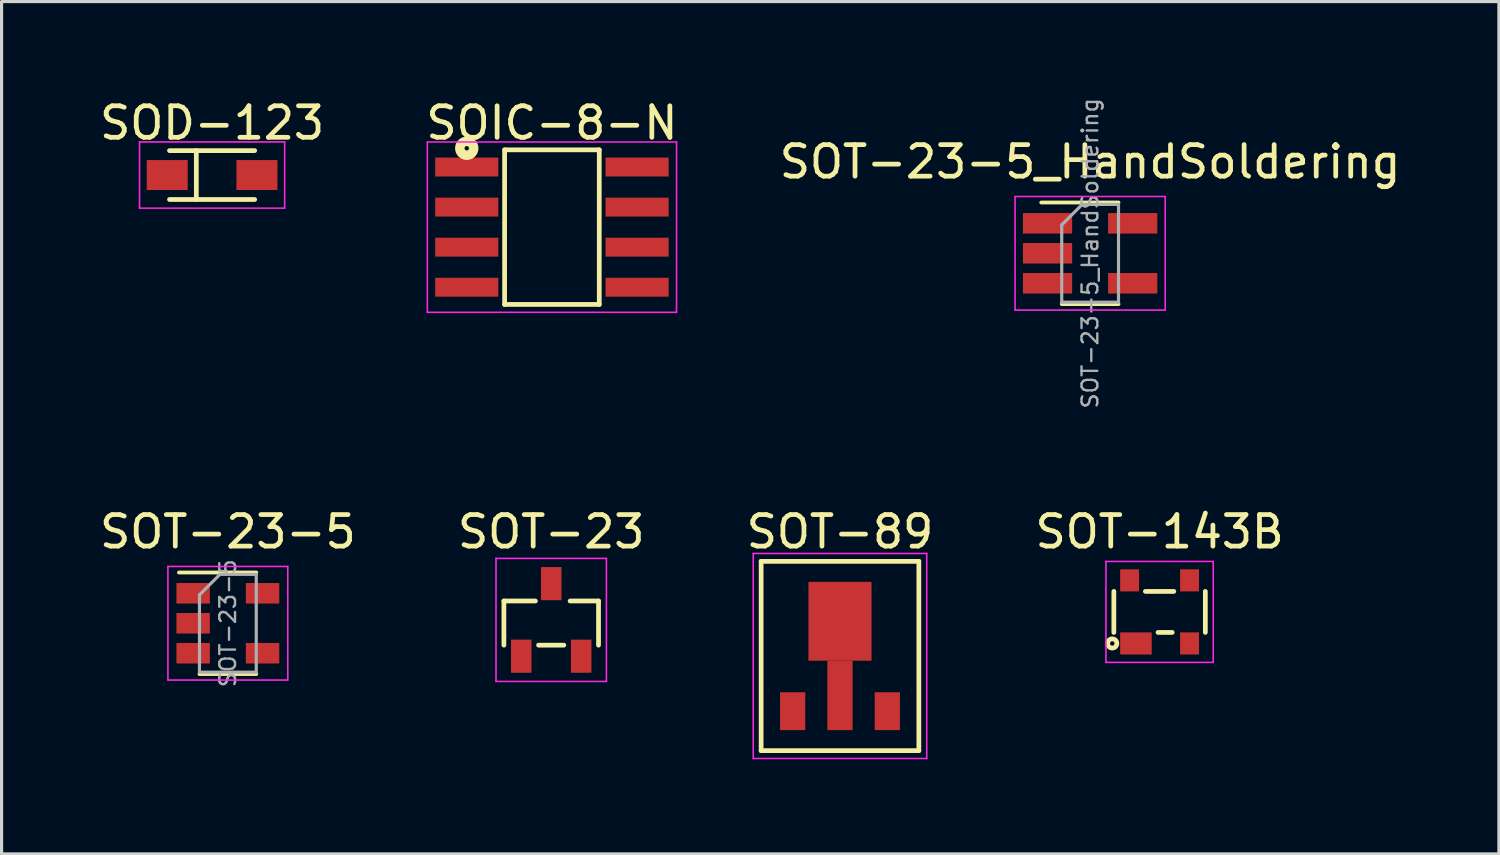
<source format=kicad_pcb>
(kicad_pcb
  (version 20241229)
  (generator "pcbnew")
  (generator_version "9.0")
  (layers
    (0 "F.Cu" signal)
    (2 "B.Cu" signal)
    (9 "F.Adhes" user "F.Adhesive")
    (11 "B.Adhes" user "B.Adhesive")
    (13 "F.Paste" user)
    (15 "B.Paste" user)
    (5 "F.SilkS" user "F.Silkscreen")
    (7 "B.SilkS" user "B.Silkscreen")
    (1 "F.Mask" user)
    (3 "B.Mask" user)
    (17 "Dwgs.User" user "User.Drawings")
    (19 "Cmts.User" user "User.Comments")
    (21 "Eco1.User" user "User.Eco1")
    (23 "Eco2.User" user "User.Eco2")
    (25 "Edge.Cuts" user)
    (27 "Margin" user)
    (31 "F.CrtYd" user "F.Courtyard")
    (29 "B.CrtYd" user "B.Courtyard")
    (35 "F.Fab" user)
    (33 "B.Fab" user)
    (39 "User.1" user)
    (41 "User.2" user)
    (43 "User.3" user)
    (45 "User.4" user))
  (footprint "SOD-123"
    (layer "F.Cu")
    (at 3.673 2.499)
    (property "Reference" "SOD-123" (at 0 -1.651 0) (layer "F.SilkS") (effects (font (size 1 1) (thickness 0.15))))
    (attr smd)
    (fp_line (start -1.35 -0.775) (end 1.35 -0.775) (stroke (width 0.15) (type solid)) (layer "F.SilkS"))
    (fp_line (start -1.35 0.775) (end 1.35 0.775) (stroke (width 0.15) (type solid)) (layer "F.SilkS"))
    (fp_line (start -0.5 -0.775) (end -0.5 0.775) (stroke (width 0.15) (type solid)) (layer "F.SilkS"))
    (fp_line (start -2.3 -1.05) (end -2.3 1.05) (stroke (width 0.05) (type solid)) (layer "F.CrtYd"))
    (fp_line (start -2.3 1.05) (end 2.3 1.05) (stroke (width 0.05) (type solid)) (layer "F.CrtYd"))
    (fp_line (start 2.3 -1.05) (end -2.3 -1.05) (stroke (width 0.05) (type solid)) (layer "F.CrtYd"))
    (fp_line (start 2.3 1.05) (end 2.3 -1.05) (stroke (width 0.05) (type solid)) (layer "F.CrtYd"))
    (pad "1" smd rect (at -1.422 0) (size 1.3 0.95) (layers "F.Cu" "F.Mask" "F.Paste"))
    (pad "2" smd rect (at 1.422 0) (size 1.3 0.95) (layers "F.Cu" "F.Mask" "F.Paste")))
  (footprint "SOT-23"
    (layer "F.Cu")
    (at 14.423 16.601)
    (property "Reference" "SOT-23" (at 0 -2.794 0) (layer "F.SilkS") (effects (font (size 1 1) (thickness 0.15))))
    (attr smd)
    (fp_line (start -1.5 -0.6) (end -0.5 -0.6) (stroke (width 0.15) (type solid)) (layer "F.SilkS"))
    (fp_line (start -1.5 0.8) (end -1.5 -0.6) (stroke (width 0.15) (type solid)) (layer "F.SilkS"))
    (fp_line (start -0.4 0.8) (end 0.4 0.8) (stroke (width 0.15) (type solid)) (layer "F.SilkS"))
    (fp_line (start 0.6 -0.6) (end 1.5 -0.6) (stroke (width 0.15) (type solid)) (layer "F.SilkS"))
    (fp_line (start 1.5 0.8) (end 1.5 -0.6) (stroke (width 0.15) (type solid)) (layer "F.SilkS"))
    (fp_line (start -1.75 -1.95) (end -1.75 1.95) (stroke (width 0.05) (type solid)) (layer "F.CrtYd"))
    (fp_line (start -1.75 1.95) (end 1.75 1.95) (stroke (width 0.05) (type solid)) (layer "F.CrtYd"))
    (fp_line (start 1.75 -1.95) (end -1.75 -1.95) (stroke (width 0.05) (type solid)) (layer "F.CrtYd"))
    (fp_line (start 1.75 1.95) (end 1.75 -1.95) (stroke (width 0.05) (type solid)) (layer "F.CrtYd"))
    (pad "1" smd rect (at -0.95 1.15) (size 0.65 1.05) (layers "F.Cu" "F.Mask" "F.Paste"))
    (pad "2" smd rect (at 0.95 1.15) (size 0.65 1.05) (layers "F.Cu" "F.Mask" "F.Paste"))
    (pad "3" smd rect (at 0 -1.15) (size 0.65 1.05) (layers "F.Cu" "F.Mask" "F.Paste")))
  (footprint "SOT-89"
    (layer "F.Cu")
    (at 23.577 17.744)
    (property "Reference" "SOT-89" (at 0 -3.937 0) (layer "F.SilkS") (effects (font (size 1 1) (thickness 0.15))))
    (attr smd)
    (fp_line (start -2.5 -3) (end -2.5 3) (stroke (width 0.15) (type solid)) (layer "F.SilkS"))
    (fp_line (start -2.5 -3) (end 2.5 -3) (stroke (width 0.15) (type solid)) (layer "F.SilkS"))
    (fp_line (start 2.5 -3) (end 2.5 3) (stroke (width 0.15) (type solid)) (layer "F.SilkS"))
    (fp_line (start 2.5 3) (end -2.5 3) (stroke (width 0.15) (type solid)) (layer "F.SilkS"))
    (fp_line (start -2.75 -3.25) (end -2.75 3.25) (stroke (width 0.05) (type solid)) (layer "F.CrtYd"))
    (fp_line (start -2.75 3.25) (end 2.75 3.25) (stroke (width 0.05) (type solid)) (layer "F.CrtYd"))
    (fp_line (start 2.75 -3.25) (end -2.75 -3.25) (stroke (width 0.05) (type solid)) (layer "F.CrtYd"))
    (fp_line (start 2.75 3.25) (end 2.75 -3.25) (stroke (width 0.05) (type solid)) (layer "F.CrtYd"))
    (pad "1" smd rect (at -1.5 1.75) (size 0.8 1.2) (layers "F.Cu" "F.Mask" "F.Paste"))
    (pad "2" smd rect (at 0 0) (size 2 2.5) (drill (offset 0 -1.1)) (layers "F.Cu" "F.Mask" "F.Paste"))
    (pad "2" smd rect (at 0 1.1) (size 0.8 2.2) (drill (offset 0 0.15)) (layers "F.Cu" "F.Mask" "F.Paste"))
    (pad "3" smd rect (at 1.5 1.75) (size 0.8 1.2) (layers "F.Cu" "F.Mask" "F.Paste")))
  (footprint "SOT-23-5_HandSoldering"
    (layer "F.Cu")
    (at 31.506 4.979)
    (property "Reference" "SOT-23-5_HandSoldering" (at 0 -2.9 0) (layer "F.SilkS") (effects (font (size 1 1) (thickness 0.15))))
    (attr smd)
    (fp_line (start -0.9 1.61) (end 0.9 1.61) (stroke (width 0.12) (type solid)) (layer "F.SilkS"))
    (fp_line (start 0.9 -1.61) (end -1.55 -1.61) (stroke (width 0.12) (type solid)) (layer "F.SilkS"))
    (fp_line (start -2.38 -1.8) (end -2.38 1.8) (stroke (width 0.05) (type solid)) (layer "F.CrtYd"))
    (fp_line (start -2.38 -1.8) (end 2.38 -1.8) (stroke (width 0.05) (type solid)) (layer "F.CrtYd"))
    (fp_line (start 2.38 1.8) (end -2.38 1.8) (stroke (width 0.05) (type solid)) (layer "F.CrtYd"))
    (fp_line (start 2.38 1.8) (end 2.38 -1.8) (stroke (width 0.05) (type solid)) (layer "F.CrtYd"))
    (fp_line (start -0.9 -0.9) (end -0.9 1.55) (stroke (width 0.1) (type solid)) (layer "F.Fab"))
    (fp_line (start -0.9 -0.9) (end -0.25 -1.55) (stroke (width 0.1) (type solid)) (layer "F.Fab"))
    (fp_line (start 0.9 -1.55) (end -0.25 -1.55) (stroke (width 0.1) (type solid)) (layer "F.Fab"))
    (fp_line (start 0.9 -1.55) (end 0.9 1.55) (stroke (width 0.1) (type solid)) (layer "F.Fab"))
    (fp_line (start 0.9 1.55) (end -0.9 1.55) (stroke (width 0.1) (type solid)) (layer "F.Fab"))
    (fp_text user "${REFERENCE}" (at 0 0 90) (layer "F.Fab") (effects (font (size 0.5 0.5) (thickness 0.075))))
    (pad "1" smd rect (at -1.35 -0.95) (size 1.56 0.65) (layers "F.Cu" "F.Mask" "F.Paste"))
    (pad "2" smd rect (at -1.35 0) (size 1.56 0.65) (layers "F.Cu" "F.Mask" "F.Paste"))
    (pad "3" smd rect (at -1.35 0.95) (size 1.56 0.65) (layers "F.Cu" "F.Mask" "F.Paste"))
    (pad "4" smd rect (at 1.35 0.95) (size 1.56 0.65) (layers "F.Cu" "F.Mask" "F.Paste"))
    (pad "5" smd rect (at 1.35 -0.95) (size 1.56 0.65) (layers "F.Cu" "F.Mask" "F.Paste")))
  (footprint "SOIC-8-N"
    (layer "F.Cu")
    (at 14.446 4.15)
    (property "Reference" "SOIC-8-N" (at 0 -3.302 0) (layer "F.SilkS") (effects (font (size 1 1) (thickness 0.15))))
    (attr smd)
    (fp_line (start -1.5 -2.45) (end -1.5 2.45) (stroke (width 0.15) (type solid)) (layer "F.SilkS"))
    (fp_line (start -1.5 2.45) (end 1.5 2.45) (stroke (width 0.15) (type solid)) (layer "F.SilkS"))
    (fp_line (start 1.5 -2.45) (end -1.5 -2.45) (stroke (width 0.15) (type solid)) (layer "F.SilkS"))
    (fp_line (start 1.5 2.45) (end 1.5 -2.45) (stroke (width 0.15) (type solid)) (layer "F.SilkS"))
    (fp_circle (center -2.7 -2.5) (end -2.75 -2.55) (stroke (width 0.3) (type solid)) (fill no) (layer "F.SilkS"))
    (fp_line (start -3.95 -2.7) (end 3.95 -2.7) (stroke (width 0.05) (type solid)) (layer "F.CrtYd"))
    (fp_line (start -3.95 2.7) (end -3.95 -2.7) (stroke (width 0.05) (type solid)) (layer "F.CrtYd"))
    (fp_line (start 3.95 -2.7) (end 3.95 2.7) (stroke (width 0.05) (type solid)) (layer "F.CrtYd"))
    (fp_line (start 3.95 2.7) (end -3.95 2.7) (stroke (width 0.05) (type solid)) (layer "F.CrtYd"))
    (pad "1" smd rect (at -2.7 -1.905) (size 2 0.6) (layers "F.Cu" "F.Mask" "F.Paste"))
    (pad "2" smd rect (at -2.7 -0.635) (size 2 0.6) (layers "F.Cu" "F.Mask" "F.Paste"))
    (pad "3" smd rect (at -2.7 0.635) (size 2 0.6) (layers "F.Cu" "F.Mask" "F.Paste"))
    (pad "4" smd rect (at -2.7 1.905) (size 2 0.6) (layers "F.Cu" "F.Mask" "F.Paste"))
    (pad "5" smd rect (at 2.7 1.905) (size 2 0.6) (layers "F.Cu" "F.Mask" "F.Paste"))
    (pad "6" smd rect (at 2.7 0.635) (size 2 0.6) (layers "F.Cu" "F.Mask" "F.Paste"))
    (pad "7" smd rect (at 2.7 -0.635) (size 2 0.6) (layers "F.Cu" "F.Mask" "F.Paste"))
    (pad "8" smd rect (at 2.7 -1.905) (size 2 0.6) (layers "F.Cu" "F.Mask" "F.Paste")))
  (footprint "SOT-143B"
    (layer "F.Cu")
    (at 33.708 16.347)
    (property "Reference" "SOT-143B" (at 0 -2.54 0) (layer "F.SilkS") (effects (font (size 1 1) (thickness 0.15))))
    (attr through_hole)
    (fp_line (start -1.45 -0.65) (end -1.45 0.65) (stroke (width 0.15) (type solid)) (layer "F.SilkS"))
    (fp_line (start -0.45 -0.65) (end 0.45 -0.65) (stroke (width 0.15) (type solid)) (layer "F.SilkS"))
    (fp_line (start -0.05 0.65) (end 0.4 0.65) (stroke (width 0.15) (type solid)) (layer "F.SilkS"))
    (fp_line (start 1.45 -0.65) (end 1.45 0.65) (stroke (width 0.15) (type solid)) (layer "F.SilkS"))
    (fp_circle (center -1.5 1) (end -1.55 1.05) (stroke (width 0.15) (type solid)) (fill no) (layer "F.SilkS"))
    (fp_line (start -1.7 -1.6) (end -1.7 1.6) (stroke (width 0.05) (type solid)) (layer "F.CrtYd"))
    (fp_line (start -1.7 1.6) (end 1.7 1.6) (stroke (width 0.05) (type solid)) (layer "F.CrtYd"))
    (fp_line (start 1.7 -1.6) (end -1.7 -1.6) (stroke (width 0.05) (type solid)) (layer "F.CrtYd"))
    (fp_line (start 1.7 1.6) (end 1.7 -1.6) (stroke (width 0.05) (type solid)) (layer "F.CrtYd"))
    (pad "1" smd rect (at -0.75 1) (size 1 0.7) (layers "F.Cu" "F.Mask" "F.Paste"))
    (pad "2" smd rect (at 0.95 1) (size 0.6 0.7) (layers "F.Cu" "F.Mask" "F.Paste"))
    (pad "3" smd rect (at 0.95 -1) (size 0.6 0.7) (layers "F.Cu" "F.Mask" "F.Paste"))
    (pad "4" smd rect (at -0.95 -1) (size 0.6 0.7) (layers "F.Cu" "F.Mask" "F.Paste")))
  (footprint "SOT-23-5"
    (layer "F.Cu")
    (at 4.173 16.707)
    (property "Reference" "SOT-23-5" (at 0 -2.9 0) (layer "F.SilkS") (effects (font (size 1 1) (thickness 0.15))))
    (attr smd)
    (fp_line (start -0.9 1.61) (end 0.9 1.61) (stroke (width 0.12) (type solid)) (layer "F.SilkS"))
    (fp_line (start 0.9 -1.61) (end -1.55 -1.61) (stroke (width 0.12) (type solid)) (layer "F.SilkS"))
    (fp_line (start -1.9 -1.8) (end 1.9 -1.8) (stroke (width 0.05) (type solid)) (layer "F.CrtYd"))
    (fp_line (start -1.9 1.8) (end -1.9 -1.8) (stroke (width 0.05) (type solid)) (layer "F.CrtYd"))
    (fp_line (start 1.9 -1.8) (end 1.9 1.8) (stroke (width 0.05) (type solid)) (layer "F.CrtYd"))
    (fp_line (start 1.9 1.8) (end -1.9 1.8) (stroke (width 0.05) (type solid)) (layer "F.CrtYd"))
    (fp_line (start -0.9 -0.9) (end -0.9 1.55) (stroke (width 0.1) (type solid)) (layer "F.Fab"))
    (fp_line (start -0.9 -0.9) (end -0.25 -1.55) (stroke (width 0.1) (type solid)) (layer "F.Fab"))
    (fp_line (start 0.9 -1.55) (end -0.25 -1.55) (stroke (width 0.1) (type solid)) (layer "F.Fab"))
    (fp_line (start 0.9 -1.55) (end 0.9 1.55) (stroke (width 0.1) (type solid)) (layer "F.Fab"))
    (fp_line (start 0.9 1.55) (end -0.9 1.55) (stroke (width 0.1) (type solid)) (layer "F.Fab"))
    (fp_text user "${REFERENCE}" (at 0 0 90) (layer "F.Fab") (effects (font (size 0.5 0.5) (thickness 0.075))))
    (pad "1" smd rect (at -1.1 -0.95) (size 1.06 0.65) (layers "F.Cu" "F.Mask" "F.Paste"))
    (pad "2" smd rect (at -1.1 0) (size 1.06 0.65) (layers "F.Cu" "F.Mask" "F.Paste"))
    (pad "3" smd rect (at -1.1 0.95) (size 1.06 0.65) (layers "F.Cu" "F.Mask" "F.Paste"))
    (pad "4" smd rect (at 1.1 0.95) (size 1.06 0.65) (layers "F.Cu" "F.Mask" "F.Paste"))
    (pad "5" smd rect (at 1.1 -0.95) (size 1.06 0.65) (layers "F.Cu" "F.Mask" "F.Paste")))
  (gr_rect
    (start -3 -3)
    (end 44.464 24.019)
    (stroke (width 0.1) (type default))
    (fill no)
    (layer "Edge.Cuts")))
</source>
